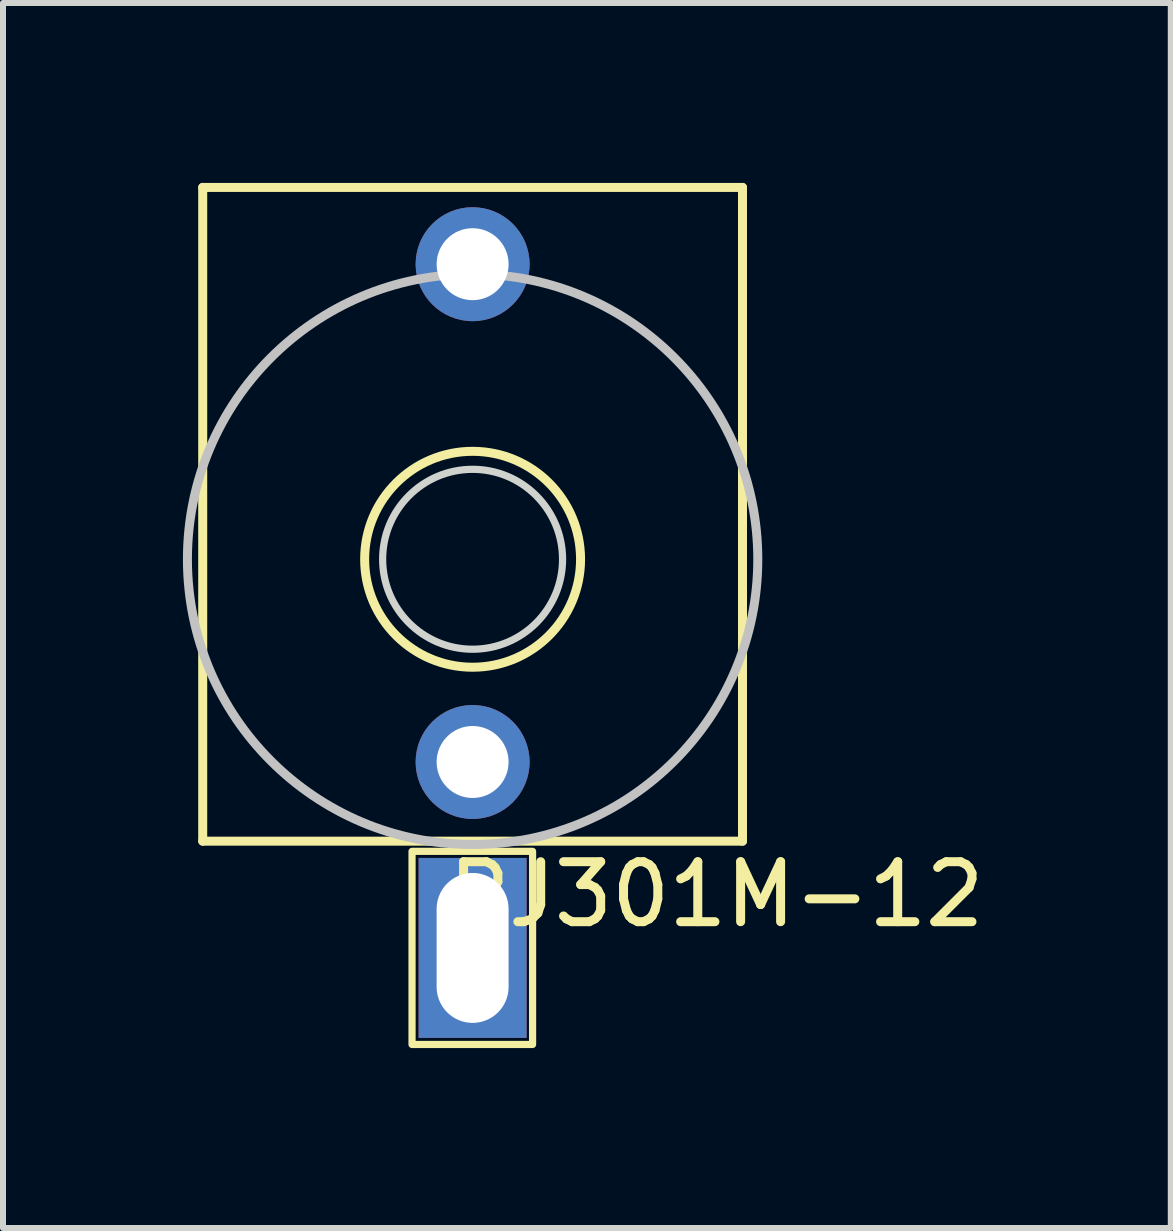
<source format=kicad_pcb>
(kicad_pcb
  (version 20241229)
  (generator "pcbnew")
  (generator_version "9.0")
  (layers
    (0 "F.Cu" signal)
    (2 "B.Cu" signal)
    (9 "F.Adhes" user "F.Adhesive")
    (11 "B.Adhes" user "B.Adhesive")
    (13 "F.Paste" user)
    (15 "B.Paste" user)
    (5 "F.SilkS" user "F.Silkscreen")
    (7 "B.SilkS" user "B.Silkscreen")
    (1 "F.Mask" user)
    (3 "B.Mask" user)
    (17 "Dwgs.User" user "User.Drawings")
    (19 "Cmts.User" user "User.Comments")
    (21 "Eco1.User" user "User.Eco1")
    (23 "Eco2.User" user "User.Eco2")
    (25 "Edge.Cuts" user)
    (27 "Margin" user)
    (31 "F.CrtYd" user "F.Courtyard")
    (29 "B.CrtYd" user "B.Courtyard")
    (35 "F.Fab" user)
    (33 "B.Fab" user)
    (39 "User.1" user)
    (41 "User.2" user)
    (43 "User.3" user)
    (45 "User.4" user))
  (footprint "PJ301M-12"
    (layer "F.Cu")
    (at 4.83 6.275)
    (property "Reference" "PJ301M-12" (at 4.064 5.588 0) (layer "F.SilkS") (effects (font (size 1 1) (thickness 0.15))))
    (attr through_hole)
    (fp_line (start -4.5 -6.2) (end -4.5 4.7) (stroke (width 0.15) (type solid)) (layer "F.SilkS"))
    (fp_line (start -4.5 -6.2) (end 4.5 -6.2) (stroke (width 0.15) (type solid)) (layer "F.SilkS"))
    (fp_line (start -4.5 4.7) (end 4.5 4.7) (stroke (width 0.15) (type solid)) (layer "F.SilkS"))
    (fp_line (start 4.5 -6.2) (end 4.5 4.7) (stroke (width 0.15) (type solid)) (layer "F.SilkS"))
    (fp_rect (start -1.01 4.87) (end 1 8.09) (stroke (width 0.12) (type solid)) (fill no) (layer "F.SilkS"))
    (fp_circle (center 0 0) (end 1.8 0) (stroke (width 0.15) (type solid)) (fill no) (layer "F.SilkS"))
    (fp_circle (center 0 0) (end 4.755 0) (stroke (width 0.15) (type solid)) (fill no) (layer "Dwgs.User"))
    (fp_circle (center 0 0) (end 1.5 0) (stroke (width 0.12) (type solid)) (fill no) (layer "Edge.Cuts"))
    (pad "S" thru_hole rect (at 0 6.48) (size 1.8 3) (drill oval 1.2 2.5) (layers "*.Cu" "*.Mask"))
    (pad "T" thru_hole circle (at 0 -4.92) (size 1.9 1.9) (drill 1.2) (layers "*.Cu" "*.Mask"))
    (pad "TN" thru_hole circle (at 0 3.38) (size 1.9 1.9) (drill 1.2) (layers "*.Cu" "*.Mask")))
  (gr_rect
    (start -3 -3)
    (end 16.471 17.425)
    (stroke (width 0.1) (type default))
    (fill no)
    (layer "Edge.Cuts")))
</source>
